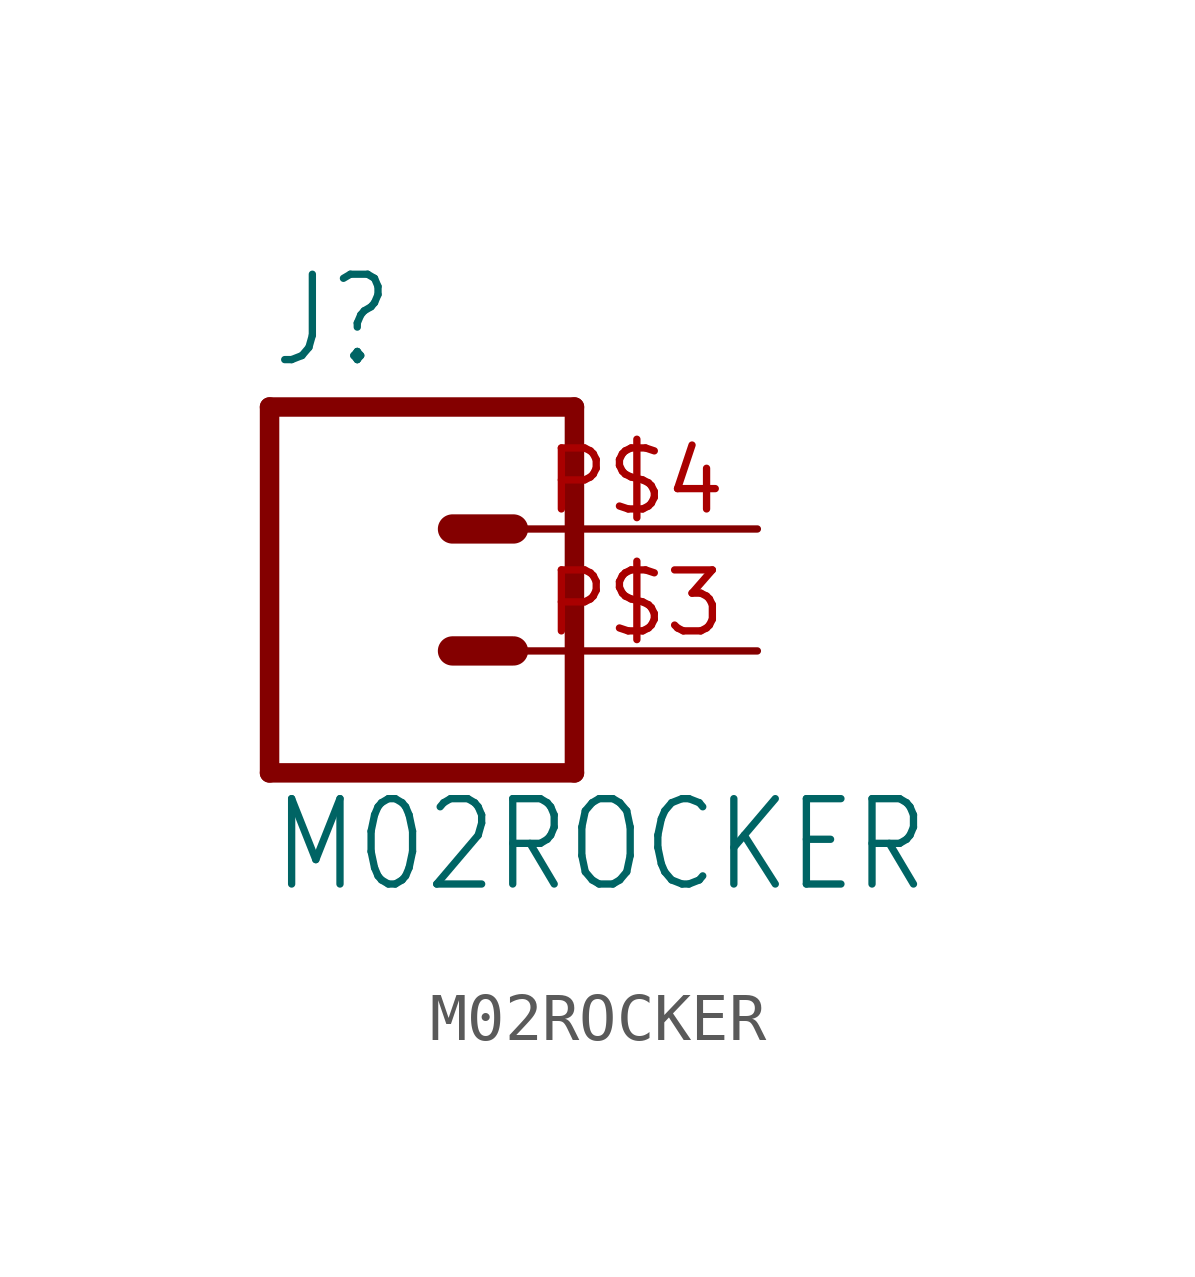
<source format=kicad_sym>
(kicad_symbol_lib
  (version 20220914)
  (generator kicad_symbol_editor)
  (symbol "M02ROCKER"
    (property "Reference" "J"
      (at -2.54 5.842 0)
      (effects (font (size 1.778 1.511)) (justify left bottom)))
    (property "Value" "M02ROCKER"
      (at -2.54 -5.08 0)
      (effects (font (size 1.778 1.511)) (justify left bottom)))
    (property "ki_locked" ""
      (at 0 0 0)
      (effects (font (size 1.27 1.27))))
    (symbol "M02ROCKER_1_0"
      (polyline (pts (xy -2.54 5.08) (xy -2.54 -2.54)) (stroke (width 0.406) (type default)) (fill (type none)))
      (polyline (pts (xy -2.54 5.08) (xy 3.81 5.08)) (stroke (width 0.406) (type default)) (fill (type none)))
      (polyline (pts (xy 1.27 0) (xy 2.54 0)) (stroke (width 0.61) (type default)) (fill (type none)))
      (polyline (pts (xy 1.27 2.54) (xy 2.54 2.54)) (stroke (width 0.61) (type default)) (fill (type none)))
      (polyline (pts (xy 3.81 -2.54) (xy -2.54 -2.54)) (stroke (width 0.406) (type default)) (fill (type none)))
      (polyline (pts (xy 3.81 -2.54) (xy 3.81 5.08)) (stroke (width 0.406) (type default)) (fill (type none)))
      (pin passive line (at 7.62 0 180) (length 5.08) (name "1" (effects (font (size 0 0)))) (number "P$3" (effects (font (size 1.27 1.27)))))
      (pin passive line (at 7.62 2.54 180) (length 5.08) (name "2" (effects (font (size 0 0)))) (number "P$4" (effects (font (size 1.27 1.27))))))))
</source>
